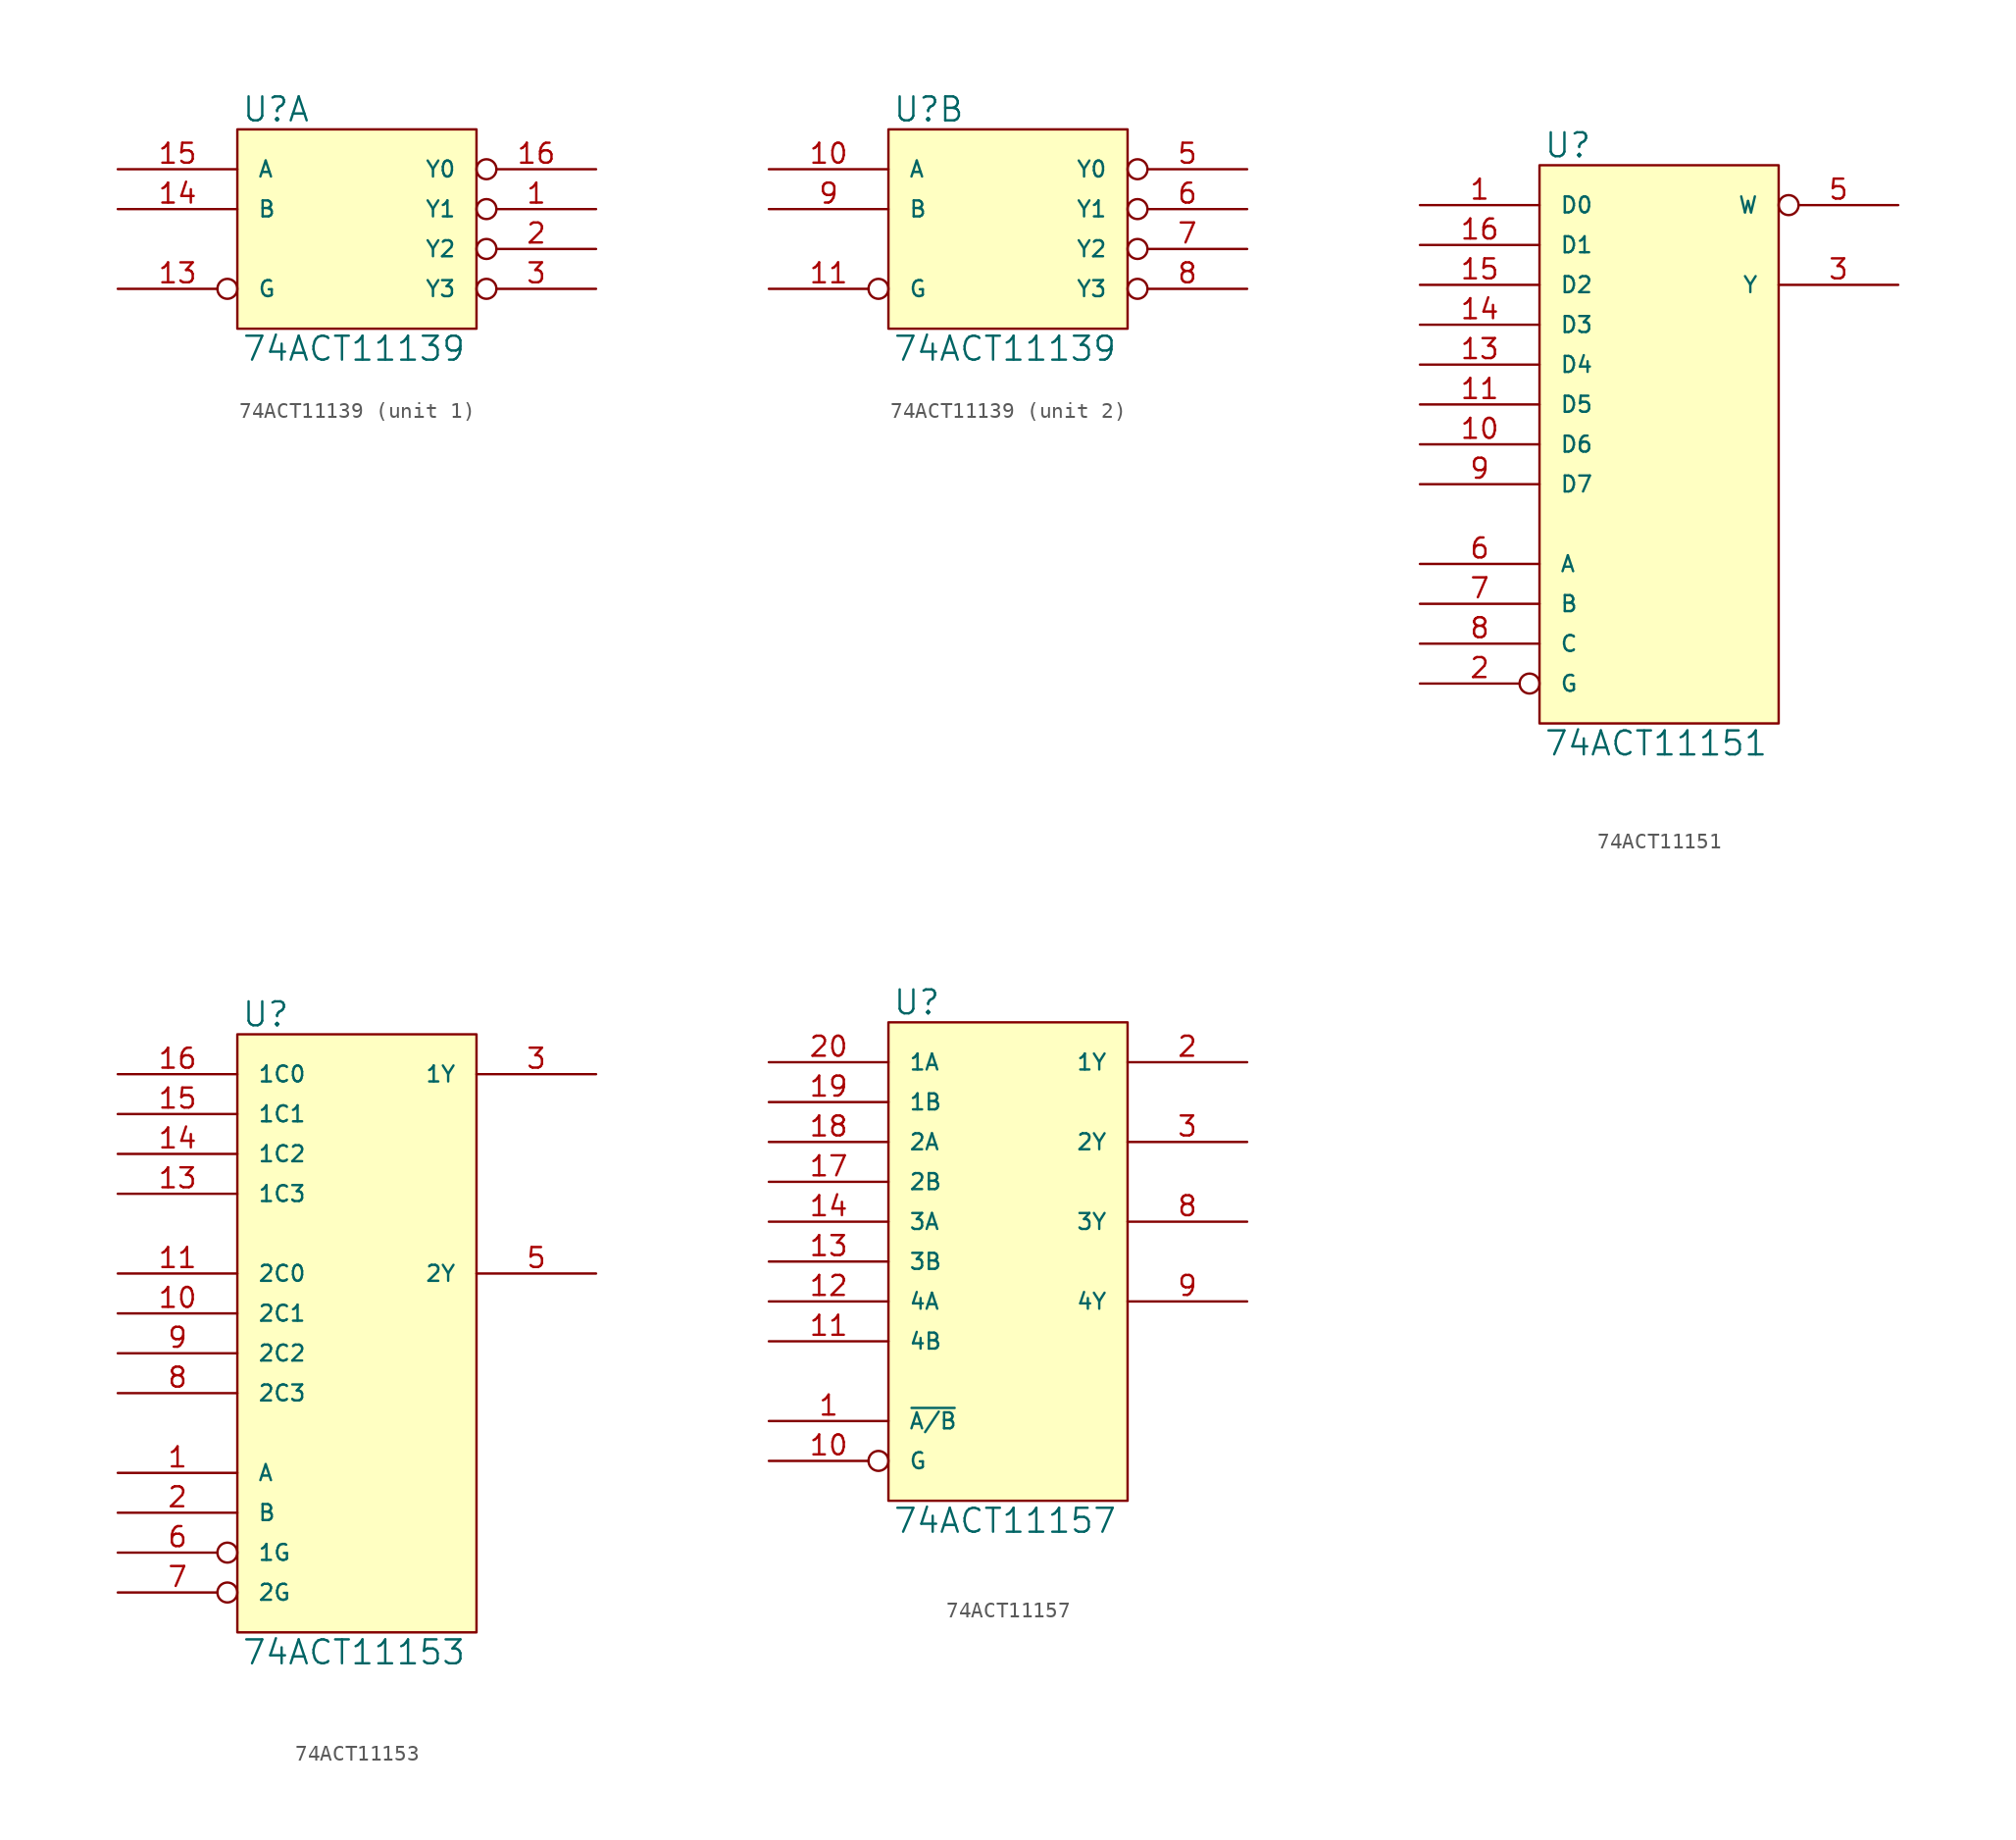
<source format=kicad_sym>
(kicad_symbol_lib
  (version 20231120)
  (generator "kicad_symbol_editor")
  (generator_version "8.0")
  (symbol "74ACT11139"
    (pin_names
      (offset 1.27))
    (property "Reference" "U"
      (at 0.254 0.381 0)
      (effects (font (size 1.524 1.524)) (justify left bottom)))
    (property "Value" "74ACT11139"
      (at 0.254 -13.081 0)
      (effects (font (size 1.524 1.524)) (justify left top)))
    (symbol "74ACT11139_0_1"
      (rectangle (start 0 0) (end 15.24 -12.7) (stroke (width 0) (type solid)) (fill (type background))))
    (symbol "74ACT11139_1_1"
      (pin output inverted (at 22.86 -5.08 180) (length 7.62) (name "Y1" (effects (font (size 1.016 1.016)))) (number "1" (effects (font (size 1.27 1.27)))))
      (pin power_in line (at 0 0 270) (length 0) hide (name "VCC" (effects (font (size 1.016 1.016)))) (number "12" (effects (font (size 1.27 1.27)))))
      (pin input inverted (at -7.62 -10.16 0) (length 7.62) (name "G" (effects (font (size 1.016 1.016)))) (number "13" (effects (font (size 1.27 1.27)))))
      (pin input line (at -7.62 -5.08 0) (length 7.62) (name "B" (effects (font (size 1.016 1.016)))) (number "14" (effects (font (size 1.27 1.27)))))
      (pin input line (at -7.62 -2.54 0) (length 7.62) (name "A" (effects (font (size 1.016 1.016)))) (number "15" (effects (font (size 1.27 1.27)))))
      (pin output inverted (at 22.86 -2.54 180) (length 7.62) (name "Y0" (effects (font (size 1.016 1.016)))) (number "16" (effects (font (size 1.27 1.27)))))
      (pin output inverted (at 22.86 -7.62 180) (length 7.62) (name "Y2" (effects (font (size 1.016 1.016)))) (number "2" (effects (font (size 1.27 1.27)))))
      (pin output inverted (at 22.86 -10.16 180) (length 7.62) (name "Y3" (effects (font (size 1.016 1.016)))) (number "3" (effects (font (size 1.27 1.27)))))
      (pin power_in line (at 0 -12.7 90) (length 0) hide (name "GND" (effects (font (size 1.016 1.016)))) (number "4" (effects (font (size 1.27 1.27))))))
    (symbol "74ACT11139_2_1"
      (pin input line (at -7.62 -2.54 0) (length 7.62) (name "A" (effects (font (size 1.016 1.016)))) (number "10" (effects (font (size 1.27 1.27)))))
      (pin input inverted (at -7.62 -10.16 0) (length 7.62) (name "G" (effects (font (size 1.016 1.016)))) (number "11" (effects (font (size 1.27 1.27)))))
      (pin power_in line (at 0 0 270) (length 0) hide (name "VCC" (effects (font (size 1.016 1.016)))) (number "12" (effects (font (size 1.27 1.27)))))
      (pin power_in line (at 0 -12.7 90) (length 0) hide (name "GND" (effects (font (size 1.016 1.016)))) (number "4" (effects (font (size 1.27 1.27)))))
      (pin output inverted (at 22.86 -2.54 180) (length 7.62) (name "Y0" (effects (font (size 1.016 1.016)))) (number "5" (effects (font (size 1.27 1.27)))))
      (pin output inverted (at 22.86 -5.08 180) (length 7.62) (name "Y1" (effects (font (size 1.016 1.016)))) (number "6" (effects (font (size 1.27 1.27)))))
      (pin output inverted (at 22.86 -7.62 180) (length 7.62) (name "Y2" (effects (font (size 1.016 1.016)))) (number "7" (effects (font (size 1.27 1.27)))))
      (pin output inverted (at 22.86 -10.16 180) (length 7.62) (name "Y3" (effects (font (size 1.016 1.016)))) (number "8" (effects (font (size 1.27 1.27)))))
      (pin input line (at -7.62 -5.08 0) (length 7.62) (name "B" (effects (font (size 1.016 1.016)))) (number "9" (effects (font (size 1.27 1.27)))))))
  (symbol "74ACT11151"
    (pin_names
      (offset 1.27))
    (property "Reference" "U"
      (at 0.254 0.381 0)
      (effects (font (size 1.524 1.524)) (justify left bottom)))
    (property "Value" "74ACT11151"
      (at 0.254 -35.941 0)
      (effects (font (size 1.524 1.524)) (justify left top)))
    (symbol "74ACT11151_0_1"
      (rectangle (start 0 0) (end 15.24 -35.56) (stroke (width 0) (type solid)) (fill (type background))))
    (symbol "74ACT11151_1_1"
      (pin input line (at -7.62 -2.54 0) (length 7.62) (name "D0" (effects (font (size 1.016 1.016)))) (number "1" (effects (font (size 1.27 1.27)))))
      (pin input line (at -7.62 -17.78 0) (length 7.62) (name "D6" (effects (font (size 1.016 1.016)))) (number "10" (effects (font (size 1.27 1.27)))))
      (pin input line (at -7.62 -15.24 0) (length 7.62) (name "D5" (effects (font (size 1.016 1.016)))) (number "11" (effects (font (size 1.27 1.27)))))
      (pin power_in line (at 0 0 270) (length 0) hide (name "VCC" (effects (font (size 1.016 1.016)))) (number "12" (effects (font (size 1.27 1.27)))))
      (pin input line (at -7.62 -12.7 0) (length 7.62) (name "D4" (effects (font (size 1.016 1.016)))) (number "13" (effects (font (size 1.27 1.27)))))
      (pin input line (at -7.62 -10.16 0) (length 7.62) (name "D3" (effects (font (size 1.016 1.016)))) (number "14" (effects (font (size 1.27 1.27)))))
      (pin input line (at -7.62 -7.62 0) (length 7.62) (name "D2" (effects (font (size 1.016 1.016)))) (number "15" (effects (font (size 1.27 1.27)))))
      (pin input line (at -7.62 -5.08 0) (length 7.62) (name "D1" (effects (font (size 1.016 1.016)))) (number "16" (effects (font (size 1.27 1.27)))))
      (pin input inverted (at -7.62 -33.02 0) (length 7.62) (name "G" (effects (font (size 1.016 1.016)))) (number "2" (effects (font (size 1.27 1.27)))))
      (pin output line (at 22.86 -7.62 180) (length 7.62) (name "Y" (effects (font (size 1.016 1.016)))) (number "3" (effects (font (size 1.27 1.27)))))
      (pin power_in line (at 0 -35.56 90) (length 0) hide (name "GND" (effects (font (size 1.016 1.016)))) (number "4" (effects (font (size 1.27 1.27)))))
      (pin output inverted (at 22.86 -2.54 180) (length 7.62) (name "W" (effects (font (size 1.016 1.016)))) (number "5" (effects (font (size 1.27 1.27)))))
      (pin input line (at -7.62 -25.4 0) (length 7.62) (name "A" (effects (font (size 1.016 1.016)))) (number "6" (effects (font (size 1.27 1.27)))))
      (pin input line (at -7.62 -27.94 0) (length 7.62) (name "B" (effects (font (size 1.016 1.016)))) (number "7" (effects (font (size 1.27 1.27)))))
      (pin input line (at -7.62 -30.48 0) (length 7.62) (name "C" (effects (font (size 1.016 1.016)))) (number "8" (effects (font (size 1.27 1.27)))))
      (pin input line (at -7.62 -20.32 0) (length 7.62) (name "D7" (effects (font (size 1.016 1.016)))) (number "9" (effects (font (size 1.27 1.27)))))))
  (symbol "74ACT11153"
    (pin_names
      (offset 1.27))
    (property "Reference" "U"
      (at 0.254 0.381 0)
      (effects (font (size 1.524 1.524)) (justify left bottom)))
    (property "Value" "74ACT11153"
      (at 0.254 -38.481 0)
      (effects (font (size 1.524 1.524)) (justify left top)))
    (symbol "74ACT11153_0_1"
      (rectangle (start 0 0) (end 15.24 -38.1) (stroke (width 0) (type solid)) (fill (type background))))
    (symbol "74ACT11153_1_1"
      (pin input line (at -7.62 -27.94 0) (length 7.62) (name "A" (effects (font (size 1.016 1.016)))) (number "1" (effects (font (size 1.27 1.27)))))
      (pin input line (at -7.62 -17.78 0) (length 7.62) (name "2C1" (effects (font (size 1.016 1.016)))) (number "10" (effects (font (size 1.27 1.27)))))
      (pin input line (at -7.62 -15.24 0) (length 7.62) (name "2C0" (effects (font (size 1.016 1.016)))) (number "11" (effects (font (size 1.27 1.27)))))
      (pin power_in line (at 0 0 270) (length 0) hide (name "VCC" (effects (font (size 1.016 1.016)))) (number "12" (effects (font (size 1.27 1.27)))))
      (pin input line (at -7.62 -10.16 0) (length 7.62) (name "1C3" (effects (font (size 1.016 1.016)))) (number "13" (effects (font (size 1.27 1.27)))))
      (pin input line (at -7.62 -7.62 0) (length 7.62) (name "1C2" (effects (font (size 1.016 1.016)))) (number "14" (effects (font (size 1.27 1.27)))))
      (pin input line (at -7.62 -5.08 0) (length 7.62) (name "1C1" (effects (font (size 1.016 1.016)))) (number "15" (effects (font (size 1.27 1.27)))))
      (pin input line (at -7.62 -2.54 0) (length 7.62) (name "1C0" (effects (font (size 1.016 1.016)))) (number "16" (effects (font (size 1.27 1.27)))))
      (pin input line (at -7.62 -30.48 0) (length 7.62) (name "B" (effects (font (size 1.016 1.016)))) (number "2" (effects (font (size 1.27 1.27)))))
      (pin output line (at 22.86 -2.54 180) (length 7.62) (name "1Y" (effects (font (size 1.016 1.016)))) (number "3" (effects (font (size 1.27 1.27)))))
      (pin power_in line (at 0 -38.1 90) (length 0) hide (name "GND" (effects (font (size 1.016 1.016)))) (number "4" (effects (font (size 1.27 1.27)))))
      (pin output line (at 22.86 -15.24 180) (length 7.62) (name "2Y" (effects (font (size 1.016 1.016)))) (number "5" (effects (font (size 1.27 1.27)))))
      (pin input inverted (at -7.62 -33.02 0) (length 7.62) (name "1G" (effects (font (size 1.016 1.016)))) (number "6" (effects (font (size 1.27 1.27)))))
      (pin input inverted (at -7.62 -35.56 0) (length 7.62) (name "2G" (effects (font (size 1.016 1.016)))) (number "7" (effects (font (size 1.27 1.27)))))
      (pin input line (at -7.62 -22.86 0) (length 7.62) (name "2C3" (effects (font (size 1.016 1.016)))) (number "8" (effects (font (size 1.27 1.27)))))
      (pin input line (at -7.62 -20.32 0) (length 7.62) (name "2C2" (effects (font (size 1.016 1.016)))) (number "9" (effects (font (size 1.27 1.27)))))))
  (symbol "74ACT11157"
    (pin_names
      (offset 1.27))
    (property "Reference" "U"
      (at 0.254 0.381 0)
      (effects (font (size 1.524 1.524)) (justify left bottom)))
    (property "Value" "74ACT11157"
      (at 0.254 -30.861 0)
      (effects (font (size 1.524 1.524)) (justify left top)))
    (symbol "74ACT11157_0_1"
      (rectangle (start 0 0) (end 15.24 -30.48) (stroke (width 0) (type solid)) (fill (type background))))
    (symbol "74ACT11157_1_1"
      (pin input line (at -7.62 -25.4 0) (length 7.62) (name "~{A/B}" (effects (font (size 1.016 1.016)))) (number "1" (effects (font (size 1.27 1.27)))))
      (pin input inverted (at -7.62 -27.94 0) (length 7.62) (name "G" (effects (font (size 1.016 1.016)))) (number "10" (effects (font (size 1.27 1.27)))))
      (pin input line (at -7.62 -20.32 0) (length 7.62) (name "4B" (effects (font (size 1.016 1.016)))) (number "11" (effects (font (size 1.27 1.27)))))
      (pin input line (at -7.62 -17.78 0) (length 7.62) (name "4A" (effects (font (size 1.016 1.016)))) (number "12" (effects (font (size 1.27 1.27)))))
      (pin input line (at -7.62 -15.24 0) (length 7.62) (name "3B" (effects (font (size 1.016 1.016)))) (number "13" (effects (font (size 1.27 1.27)))))
      (pin input line (at -7.62 -12.7 0) (length 7.62) (name "3A" (effects (font (size 1.016 1.016)))) (number "14" (effects (font (size 1.27 1.27)))))
      (pin power_in line (at 2.54 0 270) (length 0) hide (name "VCC" (effects (font (size 1.016 1.016)))) (number "15" (effects (font (size 1.27 1.27)))))
      (pin power_in line (at 0 0 270) (length 0) hide (name "VCC" (effects (font (size 1.016 1.016)))) (number "16" (effects (font (size 1.27 1.27)))))
      (pin input line (at -7.62 -10.16 0) (length 7.62) (name "2B" (effects (font (size 1.016 1.016)))) (number "17" (effects (font (size 1.27 1.27)))))
      (pin input line (at -7.62 -7.62 0) (length 7.62) (name "2A" (effects (font (size 1.016 1.016)))) (number "18" (effects (font (size 1.27 1.27)))))
      (pin input line (at -7.62 -5.08 0) (length 7.62) (name "1B" (effects (font (size 1.016 1.016)))) (number "19" (effects (font (size 1.27 1.27)))))
      (pin output line (at 22.86 -2.54 180) (length 7.62) (name "1Y" (effects (font (size 1.016 1.016)))) (number "2" (effects (font (size 1.27 1.27)))))
      (pin input line (at -7.62 -2.54 0) (length 7.62) (name "1A" (effects (font (size 1.016 1.016)))) (number "20" (effects (font (size 1.27 1.27)))))
      (pin output line (at 22.86 -7.62 180) (length 7.62) (name "2Y" (effects (font (size 1.016 1.016)))) (number "3" (effects (font (size 1.27 1.27)))))
      (pin power_in line (at 0 -30.48 90) (length 0) hide (name "GND" (effects (font (size 1.016 1.016)))) (number "4" (effects (font (size 1.27 1.27)))))
      (pin power_in line (at 2.54 -30.48 90) (length 0) hide (name "GND" (effects (font (size 1.016 1.016)))) (number "5" (effects (font (size 1.27 1.27)))))
      (pin power_in line (at 5.08 -30.48 90) (length 0) hide (name "GND" (effects (font (size 1.016 1.016)))) (number "6" (effects (font (size 1.27 1.27)))))
      (pin power_in line (at 7.62 -30.48 90) (length 0) hide (name "GND" (effects (font (size 1.016 1.016)))) (number "7" (effects (font (size 1.27 1.27)))))
      (pin output line (at 22.86 -12.7 180) (length 7.62) (name "3Y" (effects (font (size 1.016 1.016)))) (number "8" (effects (font (size 1.27 1.27)))))
      (pin output line (at 22.86 -17.78 180) (length 7.62) (name "4Y" (effects (font (size 1.016 1.016)))) (number "9" (effects (font (size 1.27 1.27))))))))
</source>
